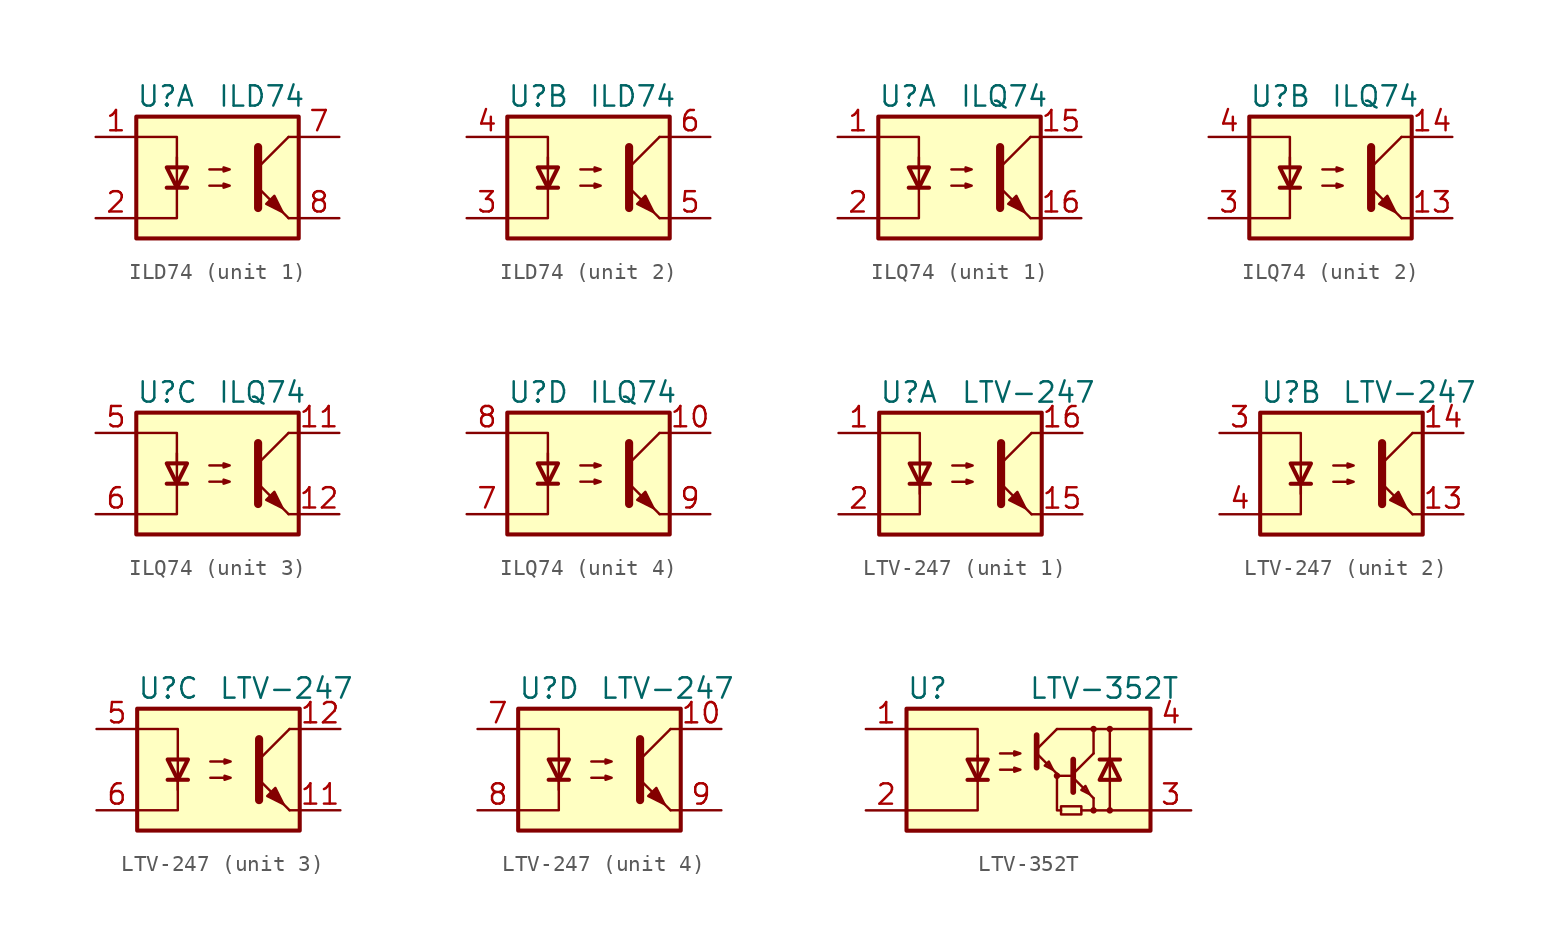
<source format=kicad_sym>
(kicad_symbol_lib
  (version 20241209)
  (generator "kicad_symbol_editor")
  (generator_version "9.0")
  (symbol "ILD74"
    (pin_names
      (offset 1.016))
    (property "Reference" "U"
      (at -5.08 5.08 0)
      (effects (font (size 1.27 1.27)) (justify left)))
    (property "Value" "ILD74"
      (at 0 5.08 0)
      (effects (font (size 1.27 1.27)) (justify left)))
    (symbol "ILD74_0_1"
      (rectangle (start -5.08 3.81) (end 5.08 -3.81) (stroke (width 0.254) (type default)) (fill (type background)))
      (polyline (pts (xy -5.08 2.54) (xy -2.54 2.54) (xy -2.54 0.635)) (stroke (width 0) (type default)) (fill (type none)))
      (polyline (pts (xy -3.175 -0.635) (xy -1.905 -0.635)) (stroke (width 0.254) (type default)) (fill (type none)))
      (polyline (pts (xy -2.54 -0.635) (xy -3.175 0.635) (xy -1.905 0.635) (xy -2.54 -0.635)) (stroke (width 0.254) (type default)) (fill (type none)))
      (polyline (pts (xy -2.54 -0.635) (xy -2.54 1.27) (xy -2.54 -2.54) (xy -5.08 -2.54)) (stroke (width 0) (type default)) (fill (type none)))
      (polyline (pts (xy -0.508 0.508) (xy 0.762 0.508) (xy 0.381 0.381) (xy 0.381 0.635) (xy 0.762 0.508)) (stroke (width 0) (type default)) (fill (type none)))
      (polyline (pts (xy -0.508 -0.508) (xy 0.762 -0.508) (xy 0.381 -0.635) (xy 0.381 -0.381) (xy 0.762 -0.508)) (stroke (width 0) (type default)) (fill (type none)))
      (polyline (pts (xy 2.54 1.905) (xy 2.54 -1.905) (xy 2.54 -1.905)) (stroke (width 0.508) (type default)) (fill (type none)))
      (polyline (pts (xy 2.54 0.635) (xy 4.445 2.54)) (stroke (width 0) (type default)) (fill (type none)))
      (polyline (pts (xy 3.048 -1.651) (xy 3.556 -1.143) (xy 4.064 -2.159) (xy 3.048 -1.651) (xy 3.048 -1.651)) (stroke (width 0) (type default)) (fill (type outline)))
      (polyline (pts (xy 4.445 2.54) (xy 5.08 2.54)) (stroke (width 0) (type default)) (fill (type none)))
      (polyline (pts (xy 4.445 -2.54) (xy 2.54 -0.635)) (stroke (width 0) (type default)) (fill (type outline)))
      (polyline (pts (xy 4.445 -2.54) (xy 5.08 -2.54)) (stroke (width 0) (type default)) (fill (type none))))
    (symbol "ILD74_1_1"
      (pin passive line (at -7.62 2.54 0) (length 2.54) (name "~" (effects (font (size 1.27 1.27)))) (number "1" (effects (font (size 1.27 1.27)))))
      (pin passive line (at -7.62 -2.54 0) (length 2.54) (name "~" (effects (font (size 1.27 1.27)))) (number "2" (effects (font (size 1.27 1.27)))))
      (pin passive line (at 7.62 2.54 180) (length 2.54) (name "~" (effects (font (size 1.27 1.27)))) (number "7" (effects (font (size 1.27 1.27)))))
      (pin passive line (at 7.62 -2.54 180) (length 2.54) (name "~" (effects (font (size 1.27 1.27)))) (number "8" (effects (font (size 1.27 1.27))))))
    (symbol "ILD74_2_1"
      (pin passive line (at -7.62 2.54 0) (length 2.54) (name "~" (effects (font (size 1.27 1.27)))) (number "4" (effects (font (size 1.27 1.27)))))
      (pin passive line (at -7.62 -2.54 0) (length 2.54) (name "~" (effects (font (size 1.27 1.27)))) (number "3" (effects (font (size 1.27 1.27)))))
      (pin passive line (at 7.62 2.54 180) (length 2.54) (name "~" (effects (font (size 1.27 1.27)))) (number "6" (effects (font (size 1.27 1.27)))))
      (pin passive line (at 7.62 -2.54 180) (length 2.54) (name "~" (effects (font (size 1.27 1.27)))) (number "5" (effects (font (size 1.27 1.27)))))))
  (symbol "ILQ74"
    (pin_names
      (offset 1.016))
    (property "Reference" "U"
      (at -5.08 5.08 0)
      (effects (font (size 1.27 1.27)) (justify left)))
    (property "Value" "ILQ74"
      (at 0 5.08 0)
      (effects (font (size 1.27 1.27)) (justify left)))
    (symbol "ILQ74_0_1"
      (rectangle (start -5.08 3.81) (end 5.08 -3.81) (stroke (width 0.254) (type default)) (fill (type background)))
      (polyline (pts (xy -5.08 2.54) (xy -2.54 2.54) (xy -2.54 0.635)) (stroke (width 0) (type default)) (fill (type none)))
      (polyline (pts (xy -3.175 -0.635) (xy -1.905 -0.635)) (stroke (width 0.254) (type default)) (fill (type none)))
      (polyline (pts (xy -2.54 -0.635) (xy -3.175 0.635) (xy -1.905 0.635) (xy -2.54 -0.635)) (stroke (width 0.254) (type default)) (fill (type none)))
      (polyline (pts (xy -2.54 -0.635) (xy -2.54 1.27) (xy -2.54 -2.54) (xy -5.08 -2.54)) (stroke (width 0) (type default)) (fill (type none)))
      (polyline (pts (xy -0.508 0.508) (xy 0.762 0.508) (xy 0.381 0.381) (xy 0.381 0.635) (xy 0.762 0.508)) (stroke (width 0) (type default)) (fill (type none)))
      (polyline (pts (xy -0.508 -0.508) (xy 0.762 -0.508) (xy 0.381 -0.635) (xy 0.381 -0.381) (xy 0.762 -0.508)) (stroke (width 0) (type default)) (fill (type none)))
      (polyline (pts (xy 2.54 1.905) (xy 2.54 -1.905) (xy 2.54 -1.905)) (stroke (width 0.508) (type default)) (fill (type none)))
      (polyline (pts (xy 2.54 0.635) (xy 4.445 2.54)) (stroke (width 0) (type default)) (fill (type none)))
      (polyline (pts (xy 3.048 -1.651) (xy 3.556 -1.143) (xy 4.064 -2.159) (xy 3.048 -1.651) (xy 3.048 -1.651)) (stroke (width 0) (type default)) (fill (type outline)))
      (polyline (pts (xy 4.445 2.54) (xy 5.08 2.54)) (stroke (width 0) (type default)) (fill (type none)))
      (polyline (pts (xy 4.445 -2.54) (xy 2.54 -0.635)) (stroke (width 0) (type default)) (fill (type outline)))
      (polyline (pts (xy 4.445 -2.54) (xy 5.08 -2.54)) (stroke (width 0) (type default)) (fill (type none))))
    (symbol "ILQ74_1_1"
      (pin passive line (at -7.62 2.54 0) (length 2.54) (name "~" (effects (font (size 1.27 1.27)))) (number "1" (effects (font (size 1.27 1.27)))))
      (pin passive line (at -7.62 -2.54 0) (length 2.54) (name "~" (effects (font (size 1.27 1.27)))) (number "2" (effects (font (size 1.27 1.27)))))
      (pin passive line (at 7.62 2.54 180) (length 2.54) (name "~" (effects (font (size 1.27 1.27)))) (number "15" (effects (font (size 1.27 1.27)))))
      (pin passive line (at 7.62 -2.54 180) (length 2.54) (name "~" (effects (font (size 1.27 1.27)))) (number "16" (effects (font (size 1.27 1.27))))))
    (symbol "ILQ74_2_1"
      (pin passive line (at -7.62 2.54 0) (length 2.54) (name "~" (effects (font (size 1.27 1.27)))) (number "4" (effects (font (size 1.27 1.27)))))
      (pin passive line (at -7.62 -2.54 0) (length 2.54) (name "~" (effects (font (size 1.27 1.27)))) (number "3" (effects (font (size 1.27 1.27)))))
      (pin passive line (at 7.62 2.54 180) (length 2.54) (name "~" (effects (font (size 1.27 1.27)))) (number "14" (effects (font (size 1.27 1.27)))))
      (pin passive line (at 7.62 -2.54 180) (length 2.54) (name "~" (effects (font (size 1.27 1.27)))) (number "13" (effects (font (size 1.27 1.27))))))
    (symbol "ILQ74_3_1"
      (pin passive line (at -7.62 2.54 0) (length 2.54) (name "~" (effects (font (size 1.27 1.27)))) (number "5" (effects (font (size 1.27 1.27)))))
      (pin passive line (at -7.62 -2.54 0) (length 2.54) (name "~" (effects (font (size 1.27 1.27)))) (number "6" (effects (font (size 1.27 1.27)))))
      (pin passive line (at 7.62 2.54 180) (length 2.54) (name "~" (effects (font (size 1.27 1.27)))) (number "11" (effects (font (size 1.27 1.27)))))
      (pin passive line (at 7.62 -2.54 180) (length 2.54) (name "~" (effects (font (size 1.27 1.27)))) (number "12" (effects (font (size 1.27 1.27))))))
    (symbol "ILQ74_4_1"
      (pin passive line (at -7.62 2.54 0) (length 2.54) (name "~" (effects (font (size 1.27 1.27)))) (number "8" (effects (font (size 1.27 1.27)))))
      (pin passive line (at -7.62 -2.54 0) (length 2.54) (name "~" (effects (font (size 1.27 1.27)))) (number "7" (effects (font (size 1.27 1.27)))))
      (pin passive line (at 7.62 2.54 180) (length 2.54) (name "~" (effects (font (size 1.27 1.27)))) (number "10" (effects (font (size 1.27 1.27)))))
      (pin passive line (at 7.62 -2.54 180) (length 2.54) (name "~" (effects (font (size 1.27 1.27)))) (number "9" (effects (font (size 1.27 1.27)))))))
  (symbol "LTV-247"
    (property "Reference" "U"
      (at -5.08 5.08 0)
      (effects (font (size 1.27 1.27)) (justify left)))
    (property "Value" "LTV-247"
      (at 0 5.08 0)
      (effects (font (size 1.27 1.27)) (justify left)))
    (symbol "LTV-247_0_1"
      (rectangle (start -5.08 3.81) (end 5.08 -3.81) (stroke (width 0.254) (type default)) (fill (type background)))
      (polyline (pts (xy -5.08 2.54) (xy -2.54 2.54) (xy -2.54 -1.27) (xy -2.54 0.635)) (stroke (width 0) (type default)) (fill (type none)))
      (polyline (pts (xy -3.175 -0.635) (xy -1.905 -0.635)) (stroke (width 0.254) (type default)) (fill (type none)))
      (polyline (pts (xy -2.54 -0.635) (xy -2.54 -2.54) (xy -5.08 -2.54)) (stroke (width 0) (type default)) (fill (type none)))
      (polyline (pts (xy -2.54 -0.635) (xy -3.175 0.635) (xy -1.905 0.635) (xy -2.54 -0.635)) (stroke (width 0.254) (type default)) (fill (type none)))
      (polyline (pts (xy -0.508 0.508) (xy 0.762 0.508) (xy 0.381 0.381) (xy 0.381 0.635) (xy 0.762 0.508)) (stroke (width 0) (type default)) (fill (type none)))
      (polyline (pts (xy -0.508 -0.508) (xy 0.762 -0.508) (xy 0.381 -0.635) (xy 0.381 -0.381) (xy 0.762 -0.508)) (stroke (width 0) (type default)) (fill (type none)))
      (polyline (pts (xy 2.54 1.905) (xy 2.54 -1.905) (xy 2.54 -1.905)) (stroke (width 0.508) (type default)) (fill (type none)))
      (polyline (pts (xy 2.54 0.635) (xy 4.445 2.54)) (stroke (width 0) (type default)) (fill (type none)))
      (polyline (pts (xy 3.048 -1.651) (xy 3.556 -1.143) (xy 4.064 -2.159) (xy 3.048 -1.651) (xy 3.048 -1.651)) (stroke (width 0) (type default)) (fill (type outline)))
      (polyline (pts (xy 4.445 2.54) (xy 5.08 2.54)) (stroke (width 0) (type default)) (fill (type none)))
      (polyline (pts (xy 4.445 -2.54) (xy 2.54 -0.635)) (stroke (width 0) (type default)) (fill (type outline)))
      (polyline (pts (xy 4.445 -2.54) (xy 5.08 -2.54)) (stroke (width 0) (type default)) (fill (type none))))
    (symbol "LTV-247_1_1"
      (pin passive line (at -7.62 2.54 0) (length 2.54) (name "~" (effects (font (size 1.27 1.27)))) (number "1" (effects (font (size 1.27 1.27)))))
      (pin passive line (at -7.62 -2.54 0) (length 2.54) (name "~" (effects (font (size 1.27 1.27)))) (number "2" (effects (font (size 1.27 1.27)))))
      (pin passive line (at 7.62 2.54 180) (length 2.54) (name "~" (effects (font (size 1.27 1.27)))) (number "16" (effects (font (size 1.27 1.27)))))
      (pin passive line (at 7.62 -2.54 180) (length 2.54) (name "~" (effects (font (size 1.27 1.27)))) (number "15" (effects (font (size 1.27 1.27))))))
    (symbol "LTV-247_2_1"
      (pin passive line (at -7.62 2.54 0) (length 2.54) (name "~" (effects (font (size 1.27 1.27)))) (number "3" (effects (font (size 1.27 1.27)))))
      (pin passive line (at -7.62 -2.54 0) (length 2.54) (name "~" (effects (font (size 1.27 1.27)))) (number "4" (effects (font (size 1.27 1.27)))))
      (pin passive line (at 7.62 2.54 180) (length 2.54) (name "~" (effects (font (size 1.27 1.27)))) (number "14" (effects (font (size 1.27 1.27)))))
      (pin passive line (at 7.62 -2.54 180) (length 2.54) (name "~" (effects (font (size 1.27 1.27)))) (number "13" (effects (font (size 1.27 1.27))))))
    (symbol "LTV-247_3_1"
      (pin passive line (at -7.62 2.54 0) (length 2.54) (name "~" (effects (font (size 1.27 1.27)))) (number "5" (effects (font (size 1.27 1.27)))))
      (pin passive line (at -7.62 -2.54 0) (length 2.54) (name "~" (effects (font (size 1.27 1.27)))) (number "6" (effects (font (size 1.27 1.27)))))
      (pin passive line (at 7.62 2.54 180) (length 2.54) (name "~" (effects (font (size 1.27 1.27)))) (number "12" (effects (font (size 1.27 1.27)))))
      (pin passive line (at 7.62 -2.54 180) (length 2.54) (name "~" (effects (font (size 1.27 1.27)))) (number "11" (effects (font (size 1.27 1.27))))))
    (symbol "LTV-247_4_1"
      (pin passive line (at -7.62 2.54 0) (length 2.54) (name "~" (effects (font (size 1.27 1.27)))) (number "7" (effects (font (size 1.27 1.27)))))
      (pin passive line (at -7.62 -2.54 0) (length 2.54) (name "~" (effects (font (size 1.27 1.27)))) (number "8" (effects (font (size 1.27 1.27)))))
      (pin passive line (at 7.62 2.54 180) (length 2.54) (name "~" (effects (font (size 1.27 1.27)))) (number "10" (effects (font (size 1.27 1.27)))))
      (pin passive line (at 7.62 -2.54 180) (length 2.54) (name "~" (effects (font (size 1.27 1.27)))) (number "9" (effects (font (size 1.27 1.27)))))))
  (symbol "LTV-352T"
    (pin_names
      (offset 1.016))
    (property "Reference" "U"
      (at -7.62 5.08 0)
      (effects (font (size 1.27 1.27)) (justify left)))
    (property "Value" "LTV-352T"
      (at 0 5.08 0)
      (effects (font (size 1.27 1.27)) (justify left)))
    (symbol "LTV-352T_0_0"
      (polyline (pts (xy 1.778 -0.254) (xy 1.778 -2.54) (xy 2.032 -2.54)) (stroke (width 0) (type default)) (fill (type none)))
      (rectangle (start 2.032 -2.286) (end 3.302 -2.794) (stroke (width 0) (type default)) (fill (type none)))
      (polyline (pts (xy 4.064 -2.54) (xy 3.302 -2.54)) (stroke (width 0) (type default)) (fill (type none))))
    (symbol "LTV-352T_0_1"
      (rectangle (start -7.62 3.81) (end 7.62 -3.81) (stroke (width 0.254) (type default)) (fill (type background)))
      (polyline (pts (xy -7.62 2.54) (xy -3.175 2.54) (xy -3.175 0.635)) (stroke (width 0) (type default)) (fill (type none)))
      (polyline (pts (xy -3.81 -0.635) (xy -2.54 -0.635)) (stroke (width 0.254) (type default)) (fill (type none)))
      (polyline (pts (xy -3.175 0.889) (xy -3.175 -2.54) (xy -7.62 -2.54)) (stroke (width 0) (type default)) (fill (type none)))
      (polyline (pts (xy -3.175 -0.635) (xy -3.81 0.635) (xy -2.54 0.635) (xy -3.175 -0.635)) (stroke (width 0.254) (type default)) (fill (type none)))
      (polyline (pts (xy -1.778 1.016) (xy -0.508 1.016) (xy -0.889 0.889) (xy -0.889 1.143) (xy -0.508 1.016)) (stroke (width 0) (type default)) (fill (type none)))
      (polyline (pts (xy -1.778 0) (xy -0.508 0) (xy -0.889 -0.127) (xy -0.889 0.127) (xy -0.508 0)) (stroke (width 0) (type default)) (fill (type none)))
      (polyline (pts (xy 0.508 2.159) (xy 0.508 0.127)) (stroke (width 0.356) (type default)) (fill (type none)))
      (polyline (pts (xy 0.508 1.27) (xy 1.778 2.54)) (stroke (width 0) (type default)) (fill (type none)))
      (polyline (pts (xy 0.508 1.016) (xy 1.778 -0.254)) (stroke (width 0) (type default)) (fill (type none)))
      (polyline (pts (xy 1.524 0) (xy 1.27 0.508) (xy 1.016 0.254) (xy 1.524 0)) (stroke (width 0) (type default)) (fill (type none)))
      (polyline (pts (xy 1.778 2.54) (xy 7.62 2.54)) (stroke (width 0) (type default)) (fill (type none)))
      (circle (center 1.778 -0.381) (radius 0.127) (stroke (width 0) (type default)) (fill (type none)))
      (polyline (pts (xy 2.794 0.635) (xy 2.794 -1.397) (xy 2.794 -1.397)) (stroke (width 0.356) (type default)) (fill (type none)))
      (polyline (pts (xy 2.794 -0.254) (xy 4.064 1.016)) (stroke (width 0) (type default)) (fill (type none)))
      (polyline (pts (xy 2.794 -0.381) (xy 1.778 -0.381)) (stroke (width 0) (type default)) (fill (type none)))
      (polyline (pts (xy 2.794 -0.508) (xy 4.064 -1.778)) (stroke (width 0) (type default)) (fill (type none)))
      (polyline (pts (xy 3.81 -1.524) (xy 3.556 -1.016) (xy 3.302 -1.27) (xy 3.81 -1.524)) (stroke (width 0) (type default)) (fill (type none)))
      (circle (center 4.064 2.54) (radius 0.127) (stroke (width 0) (type default)) (fill (type none)))
      (polyline (pts (xy 4.064 1.016) (xy 4.064 2.54)) (stroke (width 0) (type default)) (fill (type none)))
      (polyline (pts (xy 4.064 -1.778) (xy 4.064 -2.54)) (stroke (width 0) (type default)) (fill (type none)))
      (polyline (pts (xy 4.064 -2.54) (xy 7.62 -2.54)) (stroke (width 0) (type default)) (fill (type none)))
      (circle (center 4.064 -2.54) (radius 0.127) (stroke (width 0) (type default)) (fill (type none)))
      (polyline (pts (xy 4.445 0.635) (xy 5.715 0.635)) (stroke (width 0.254) (type default)) (fill (type none)))
      (circle (center 5.08 2.54) (radius 0.127) (stroke (width 0) (type default)) (fill (type none)))
      (polyline (pts (xy 5.08 0.762) (xy 5.08 -2.54)) (stroke (width 0) (type default)) (fill (type none)))
      (polyline (pts (xy 5.08 0.635) (xy 5.08 2.54)) (stroke (width 0) (type default)) (fill (type none)))
      (polyline (pts (xy 5.08 0.635) (xy 4.445 -0.635) (xy 5.715 -0.635) (xy 5.08 0.635)) (stroke (width 0.254) (type default)) (fill (type none)))
      (circle (center 5.08 -2.54) (radius 0.127) (stroke (width 0) (type default)) (fill (type none))))
    (symbol "LTV-352T_1_1"
      (pin passive line (at -10.16 2.54 0) (length 2.54) (name "~" (effects (font (size 1.27 1.27)))) (number "1" (effects (font (size 1.27 1.27)))))
      (pin passive line (at -10.16 -2.54 0) (length 2.54) (name "~" (effects (font (size 1.27 1.27)))) (number "2" (effects (font (size 1.27 1.27)))))
      (pin passive line (at 10.16 2.54 180) (length 2.54) (name "~" (effects (font (size 1.27 1.27)))) (number "4" (effects (font (size 1.27 1.27)))))
      (pin passive line (at 10.16 -2.54 180) (length 2.54) (name "~" (effects (font (size 1.27 1.27)))) (number "3" (effects (font (size 1.27 1.27))))))))
</source>
